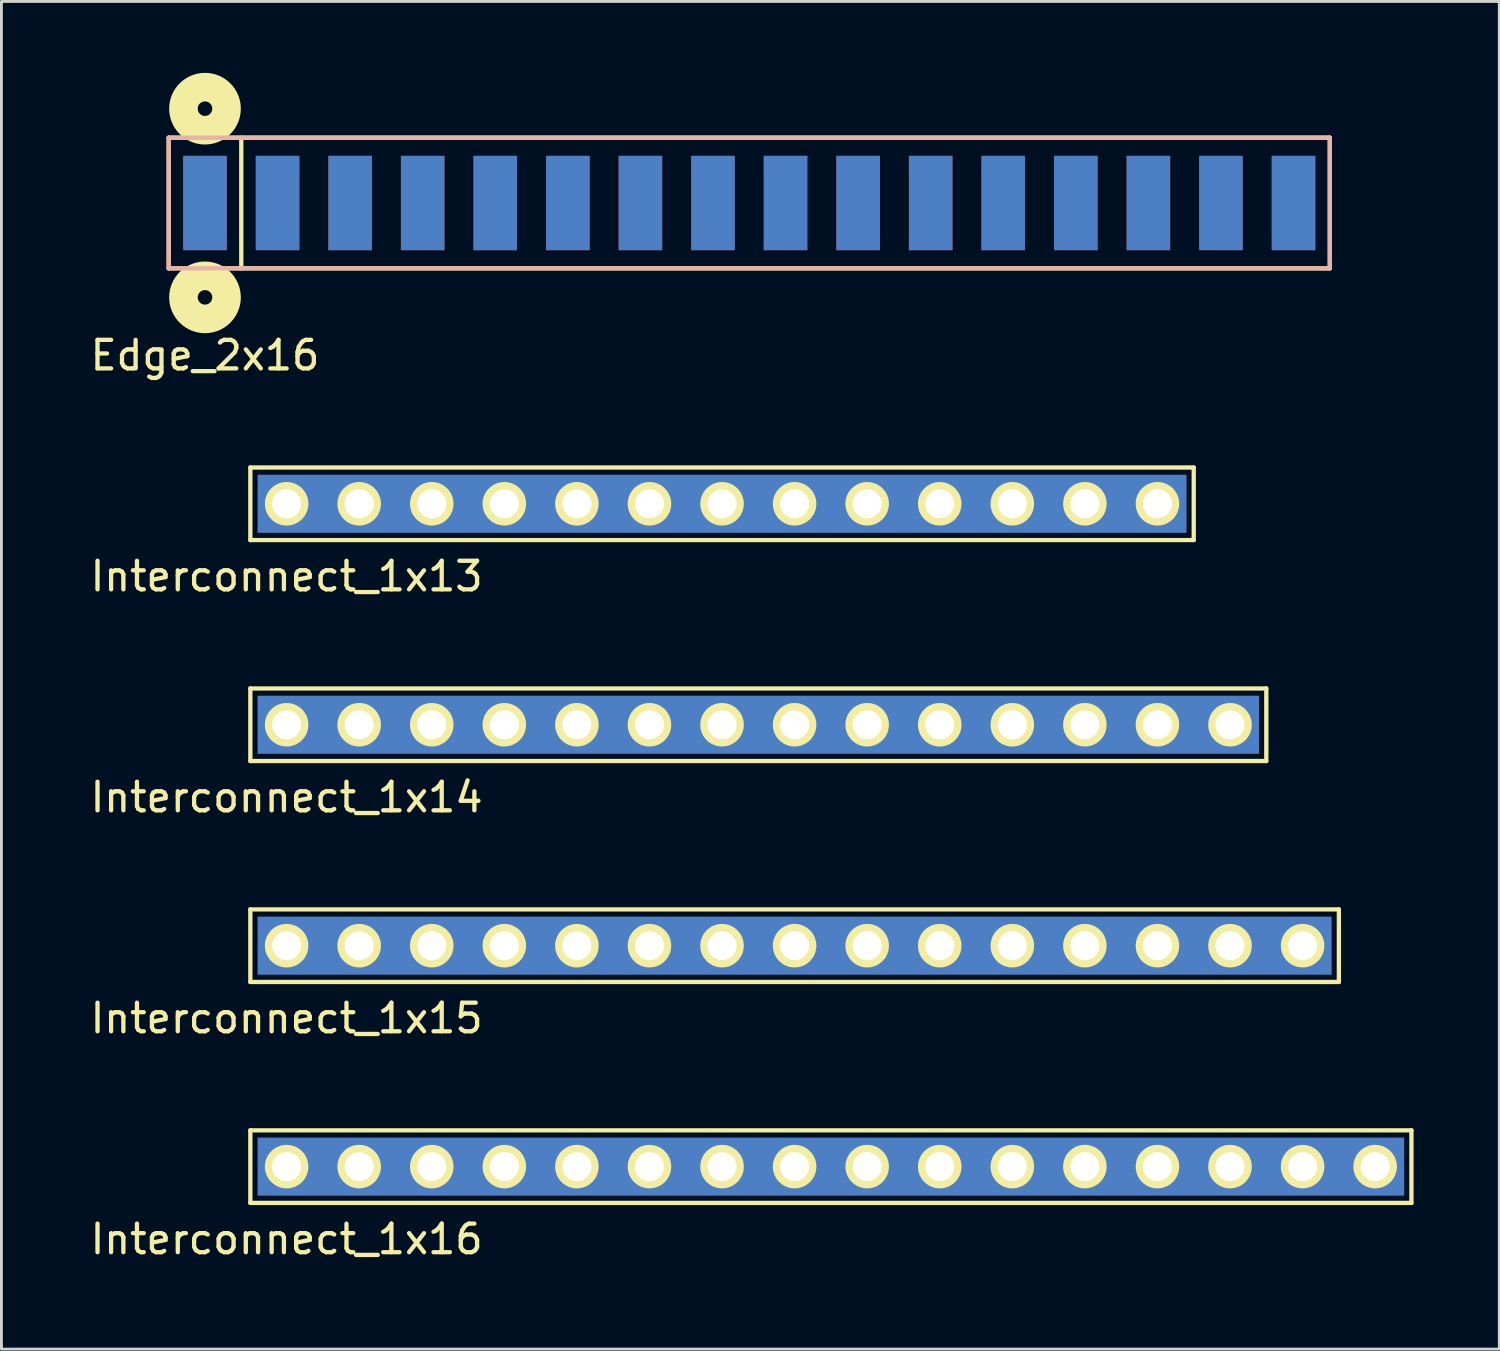
<source format=kicad_pcb>
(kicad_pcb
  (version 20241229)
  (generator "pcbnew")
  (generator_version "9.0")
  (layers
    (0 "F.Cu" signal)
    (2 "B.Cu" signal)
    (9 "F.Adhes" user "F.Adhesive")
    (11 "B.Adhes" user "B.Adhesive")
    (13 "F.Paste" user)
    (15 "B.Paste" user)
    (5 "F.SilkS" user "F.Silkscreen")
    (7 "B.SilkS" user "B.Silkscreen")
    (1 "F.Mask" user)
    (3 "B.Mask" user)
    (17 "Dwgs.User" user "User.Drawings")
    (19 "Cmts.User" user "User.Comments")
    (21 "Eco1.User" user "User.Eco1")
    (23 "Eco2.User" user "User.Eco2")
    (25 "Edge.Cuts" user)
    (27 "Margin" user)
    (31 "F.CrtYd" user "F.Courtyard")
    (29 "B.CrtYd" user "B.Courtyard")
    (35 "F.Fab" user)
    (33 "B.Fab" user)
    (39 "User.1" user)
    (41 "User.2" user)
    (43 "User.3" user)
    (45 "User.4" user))
  (footprint "Interconnect_1x13"
    (layer "F.Cu")
    (at 6.982 14.583)
    (property "Reference" "Interconnect_1x13" (at 0 2.54 0) (layer "F.SilkS") (effects (font (size 1 1) (thickness 0.15))))
    (attr through_hole)
    (fp_line (start -1.27 -1.27) (end -1.27 1.27) (stroke (width 0.15) (type solid)) (layer "F.SilkS"))
    (fp_line (start -1.27 1.27) (end 31.75 1.27) (stroke (width 0.15) (type solid)) (layer "F.SilkS"))
    (fp_line (start 31.75 -1.27) (end -1.27 -1.27) (stroke (width 0.15) (type solid)) (layer "F.SilkS"))
    (fp_line (start 31.75 1.27) (end 31.75 -1.27) (stroke (width 0.15) (type solid)) (layer "F.SilkS"))
    (pad "1" thru_hole circle (at 0 0) (size 1.524 1.524) (drill 1.016) (layers "*.Cu" "*.Mask" "F.SilkS"))
    (pad "1" thru_hole circle (at 2.54 0) (size 1.524 1.524) (drill 1.016) (layers "*.Cu" "*.Mask" "F.SilkS"))
    (pad "1" thru_hole circle (at 5.08 0) (size 1.524 1.524) (drill 1.016) (layers "*.Cu" "*.Mask" "F.SilkS"))
    (pad "1" thru_hole circle (at 7.62 0) (size 1.524 1.524) (drill 1.016) (layers "*.Cu" "*.Mask" "F.SilkS"))
    (pad "1" thru_hole circle (at 10.16 0) (size 1.524 1.524) (drill 1.016) (layers "*.Cu" "*.Mask" "F.SilkS"))
    (pad "1" thru_hole circle (at 12.7 0) (size 1.524 1.524) (drill 1.016) (layers "*.Cu" "*.Mask" "F.SilkS"))
    (pad "1" thru_hole circle (at 15.24 0) (size 1.524 1.524) (drill 1.016) (layers "*.Cu" "*.Mask" "F.SilkS"))
    (pad "1" smd rect (at 15.24 0) (size 32.512 2.032) (layers "B.Cu" "B.Mask"))
    (pad "1" thru_hole circle (at 17.78 0) (size 1.524 1.524) (drill 1.016) (layers "*.Cu" "*.Mask" "F.SilkS"))
    (pad "1" thru_hole circle (at 20.32 0) (size 1.524 1.524) (drill 1.016) (layers "*.Cu" "*.Mask" "F.SilkS"))
    (pad "1" thru_hole circle (at 22.86 0) (size 1.524 1.524) (drill 1.016) (layers "*.Cu" "*.Mask" "F.SilkS"))
    (pad "1" thru_hole circle (at 25.4 0) (size 1.524 1.524) (drill 1.016) (layers "*.Cu" "*.Mask" "F.SilkS"))
    (pad "1" thru_hole circle (at 27.94 0) (size 1.524 1.524) (drill 1.016) (layers "*.Cu" "*.Mask" "F.SilkS"))
    (pad "1" thru_hole circle (at 30.48 0) (size 1.524 1.524) (drill 1.016) (layers "*.Cu" "*.Mask" "F.SilkS")))
  (footprint "Edge_2x16"
    (layer "F.Cu")
    (at 4.125 4.056)
    (property "Reference" "Edge_2x16" (at 0 5.334 0) (layer "F.SilkS") (effects (font (size 1 1) (thickness 0.15))))
    (attr through_hole)
    (fp_line (start -1.27 -2.286) (end -1.27 2.286) (stroke (width 0.15) (type solid)) (layer "F.SilkS"))
    (fp_line (start -1.27 2.286) (end 39.37 2.286) (stroke (width 0.15) (type solid)) (layer "F.SilkS"))
    (fp_line (start 1.27 2.286) (end 1.27 -2.286) (stroke (width 0.15) (type solid)) (layer "F.SilkS"))
    (fp_line (start 39.37 -2.286) (end -1.27 -2.286) (stroke (width 0.15) (type solid)) (layer "F.SilkS"))
    (fp_line (start 39.37 2.286) (end 39.37 -2.286) (stroke (width 0.15) (type solid)) (layer "F.SilkS"))
    (fp_circle (center 0 -3.302) (end 0.254 -3.302) (stroke (width 1) (type solid)) (fill no) (layer "F.SilkS"))
    (fp_circle (center 0 3.302) (end 0.254 3.302) (stroke (width 1) (type solid)) (fill no) (layer "F.SilkS"))
    (fp_line (start -1.27 -2.286) (end -1.27 2.286) (stroke (width 0.15) (type solid)) (layer "B.SilkS"))
    (fp_line (start -1.27 2.286) (end 39.37 2.286) (stroke (width 0.15) (type solid)) (layer "B.SilkS"))
    (fp_line (start 39.37 -2.286) (end -1.27 -2.286) (stroke (width 0.15) (type solid)) (layer "B.SilkS"))
    (fp_line (start 39.37 2.286) (end 39.37 -2.286) (stroke (width 0.15) (type solid)) (layer "B.SilkS"))
    (pad "1" smd rect (at 0 0) (size 1.524 3.302) (layers "F.Cu" "F.Mask" "F.Paste"))
    (pad "2" smd rect (at 0 0) (size 1.524 3.302) (layers "B.Cu" "B.Mask" "B.Paste"))
    (pad "3" smd rect (at 2.54 0) (size 1.524 3.302) (layers "F.Cu" "F.Mask" "F.Paste"))
    (pad "4" smd rect (at 2.54 0) (size 1.524 3.302) (layers "B.Cu" "B.Mask" "B.Paste"))
    (pad "5" smd rect (at 5.08 0) (size 1.524 3.302) (layers "F.Cu" "F.Mask" "F.Paste"))
    (pad "6" smd rect (at 5.08 0) (size 1.524 3.302) (layers "B.Cu" "B.Mask" "B.Paste"))
    (pad "7" smd rect (at 7.62 0) (size 1.524 3.302) (layers "F.Cu" "F.Mask" "F.Paste"))
    (pad "8" smd rect (at 7.62 0) (size 1.524 3.302) (layers "B.Cu" "B.Mask" "B.Paste"))
    (pad "9" smd rect (at 10.16 0) (size 1.524 3.302) (layers "F.Cu" "F.Mask" "F.Paste"))
    (pad "10" smd rect (at 10.16 0) (size 1.524 3.302) (layers "B.Cu" "B.Mask" "B.Paste"))
    (pad "11" smd rect (at 12.7 0) (size 1.524 3.302) (layers "F.Cu" "F.Mask" "F.Paste"))
    (pad "12" smd rect (at 12.7 0) (size 1.524 3.302) (layers "B.Cu" "B.Mask" "B.Paste"))
    (pad "13" smd rect (at 15.24 0) (size 1.524 3.302) (layers "F.Cu" "F.Mask" "F.Paste"))
    (pad "14" smd rect (at 15.24 0) (size 1.524 3.302) (layers "B.Cu" "B.Mask" "B.Paste"))
    (pad "15" smd rect (at 17.78 0) (size 1.524 3.302) (layers "F.Cu" "F.Mask" "F.Paste"))
    (pad "16" smd rect (at 17.78 0) (size 1.524 3.302) (layers "B.Cu" "B.Mask" "B.Paste"))
    (pad "17" smd rect (at 20.32 0) (size 1.524 3.302) (layers "F.Cu" "F.Mask" "F.Paste"))
    (pad "18" smd rect (at 20.32 0) (size 1.524 3.302) (layers "B.Cu" "B.Mask" "B.Paste"))
    (pad "19" smd rect (at 22.86 0) (size 1.524 3.302) (layers "F.Cu" "F.Mask" "F.Paste"))
    (pad "20" smd rect (at 22.86 0) (size 1.524 3.302) (layers "B.Cu" "B.Mask" "B.Paste"))
    (pad "21" smd rect (at 25.4 0) (size 1.524 3.302) (layers "F.Cu" "F.Mask" "F.Paste"))
    (pad "22" smd rect (at 25.4 0) (size 1.524 3.302) (layers "B.Cu" "B.Mask" "B.Paste"))
    (pad "23" smd rect (at 27.94 0) (size 1.524 3.302) (layers "F.Cu" "F.Mask" "F.Paste"))
    (pad "24" smd rect (at 27.94 0) (size 1.524 3.302) (layers "B.Cu" "B.Mask" "B.Paste"))
    (pad "25" smd rect (at 30.48 0) (size 1.524 3.302) (layers "F.Cu" "F.Mask" "F.Paste"))
    (pad "26" smd rect (at 30.48 0) (size 1.524 3.302) (layers "B.Cu" "B.Mask" "B.Paste"))
    (pad "27" smd rect (at 33.02 0) (size 1.524 3.302) (layers "F.Cu" "F.Mask" "F.Paste"))
    (pad "28" smd rect (at 33.02 0) (size 1.524 3.302) (layers "B.Cu" "B.Mask" "B.Paste"))
    (pad "29" smd rect (at 35.56 0) (size 1.524 3.302) (layers "F.Cu" "F.Mask" "F.Paste"))
    (pad "30" smd rect (at 35.56 0) (size 1.524 3.302) (layers "B.Cu" "B.Mask" "B.Paste"))
    (pad "31" smd rect (at 38.1 0) (size 1.524 3.302) (layers "F.Cu" "F.Mask" "F.Paste"))
    (pad "32" smd rect (at 38.1 0) (size 1.524 3.302) (layers "B.Cu" "B.Mask" "B.Paste")))
  (footprint "Interconnect_1x16"
    (layer "F.Cu")
    (at 6.982 37.783)
    (property "Reference" "Interconnect_1x16" (at 0 2.54 0) (layer "F.SilkS") (effects (font (size 1 1) (thickness 0.15))))
    (attr through_hole)
    (fp_line (start -1.27 -1.27) (end -1.27 1.27) (stroke (width 0.15) (type solid)) (layer "F.SilkS"))
    (fp_line (start -1.27 1.27) (end 39.37 1.27) (stroke (width 0.15) (type solid)) (layer "F.SilkS"))
    (fp_line (start 39.37 -1.27) (end -1.27 -1.27) (stroke (width 0.15) (type solid)) (layer "F.SilkS"))
    (fp_line (start 39.37 1.27) (end 39.37 -1.27) (stroke (width 0.15) (type solid)) (layer "F.SilkS"))
    (pad "1" thru_hole circle (at 0 0) (size 1.524 1.524) (drill 1.016) (layers "*.Cu" "*.Mask" "F.SilkS"))
    (pad "1" thru_hole circle (at 2.54 0) (size 1.524 1.524) (drill 1.016) (layers "*.Cu" "*.Mask" "F.SilkS"))
    (pad "1" thru_hole circle (at 5.08 0) (size 1.524 1.524) (drill 1.016) (layers "*.Cu" "*.Mask" "F.SilkS"))
    (pad "1" thru_hole circle (at 7.62 0) (size 1.524 1.524) (drill 1.016) (layers "*.Cu" "*.Mask" "F.SilkS"))
    (pad "1" thru_hole circle (at 10.16 0) (size 1.524 1.524) (drill 1.016) (layers "*.Cu" "*.Mask" "F.SilkS"))
    (pad "1" thru_hole circle (at 12.7 0) (size 1.524 1.524) (drill 1.016) (layers "*.Cu" "*.Mask" "F.SilkS"))
    (pad "1" thru_hole circle (at 15.24 0) (size 1.524 1.524) (drill 1.016) (layers "*.Cu" "*.Mask" "F.SilkS"))
    (pad "1" thru_hole circle (at 17.78 0) (size 1.524 1.524) (drill 1.016) (layers "*.Cu" "*.Mask" "F.SilkS"))
    (pad "1" smd rect (at 19.05 0) (size 40.132 2.032) (layers "B.Cu" "B.Mask"))
    (pad "1" thru_hole circle (at 20.32 0) (size 1.524 1.524) (drill 1.016) (layers "*.Cu" "*.Mask" "F.SilkS"))
    (pad "1" thru_hole circle (at 22.86 0) (size 1.524 1.524) (drill 1.016) (layers "*.Cu" "*.Mask" "F.SilkS"))
    (pad "1" thru_hole circle (at 25.4 0) (size 1.524 1.524) (drill 1.016) (layers "*.Cu" "*.Mask" "F.SilkS"))
    (pad "1" thru_hole circle (at 27.94 0) (size 1.524 1.524) (drill 1.016) (layers "*.Cu" "*.Mask" "F.SilkS"))
    (pad "1" thru_hole circle (at 30.48 0) (size 1.524 1.524) (drill 1.016) (layers "*.Cu" "*.Mask" "F.SilkS"))
    (pad "1" thru_hole circle (at 33.02 0) (size 1.524 1.524) (drill 1.016) (layers "*.Cu" "*.Mask" "F.SilkS"))
    (pad "1" thru_hole circle (at 35.56 0) (size 1.524 1.524) (drill 1.016) (layers "*.Cu" "*.Mask" "F.SilkS"))
    (pad "1" thru_hole circle (at 38.1 0) (size 1.524 1.524) (drill 1.016) (layers "*.Cu" "*.Mask" "F.SilkS")))
  (footprint "Interconnect_1x14"
    (layer "F.Cu")
    (at 6.982 22.317)
    (property "Reference" "Interconnect_1x14" (at 0 2.54 0) (layer "F.SilkS") (effects (font (size 1 1) (thickness 0.15))))
    (attr through_hole)
    (fp_line (start -1.27 -1.27) (end -1.27 1.27) (stroke (width 0.15) (type solid)) (layer "F.SilkS"))
    (fp_line (start -1.27 1.27) (end 34.29 1.27) (stroke (width 0.15) (type solid)) (layer "F.SilkS"))
    (fp_line (start 34.29 -1.27) (end -1.27 -1.27) (stroke (width 0.15) (type solid)) (layer "F.SilkS"))
    (fp_line (start 34.29 1.27) (end 34.29 -1.27) (stroke (width 0.15) (type solid)) (layer "F.SilkS"))
    (pad "1" thru_hole circle (at 0 0) (size 1.524 1.524) (drill 1.016) (layers "*.Cu" "*.Mask" "F.SilkS"))
    (pad "1" thru_hole circle (at 2.54 0) (size 1.524 1.524) (drill 1.016) (layers "*.Cu" "*.Mask" "F.SilkS"))
    (pad "1" thru_hole circle (at 5.08 0) (size 1.524 1.524) (drill 1.016) (layers "*.Cu" "*.Mask" "F.SilkS"))
    (pad "1" thru_hole circle (at 7.62 0) (size 1.524 1.524) (drill 1.016) (layers "*.Cu" "*.Mask" "F.SilkS"))
    (pad "1" thru_hole circle (at 10.16 0) (size 1.524 1.524) (drill 1.016) (layers "*.Cu" "*.Mask" "F.SilkS"))
    (pad "1" thru_hole circle (at 12.7 0) (size 1.524 1.524) (drill 1.016) (layers "*.Cu" "*.Mask" "F.SilkS"))
    (pad "1" thru_hole circle (at 15.24 0) (size 1.524 1.524) (drill 1.016) (layers "*.Cu" "*.Mask" "F.SilkS"))
    (pad "1" smd rect (at 16.51 0) (size 35.052 2.032) (layers "B.Cu" "B.Mask"))
    (pad "1" thru_hole circle (at 17.78 0) (size 1.524 1.524) (drill 1.016) (layers "*.Cu" "*.Mask" "F.SilkS"))
    (pad "1" thru_hole circle (at 20.32 0) (size 1.524 1.524) (drill 1.016) (layers "*.Cu" "*.Mask" "F.SilkS"))
    (pad "1" thru_hole circle (at 22.86 0) (size 1.524 1.524) (drill 1.016) (layers "*.Cu" "*.Mask" "F.SilkS"))
    (pad "1" thru_hole circle (at 25.4 0) (size 1.524 1.524) (drill 1.016) (layers "*.Cu" "*.Mask" "F.SilkS"))
    (pad "1" thru_hole circle (at 27.94 0) (size 1.524 1.524) (drill 1.016) (layers "*.Cu" "*.Mask" "F.SilkS"))
    (pad "1" thru_hole circle (at 30.48 0) (size 1.524 1.524) (drill 1.016) (layers "*.Cu" "*.Mask" "F.SilkS"))
    (pad "1" thru_hole circle (at 33.02 0) (size 1.524 1.524) (drill 1.016) (layers "*.Cu" "*.Mask" "F.SilkS")))
  (footprint "Interconnect_1x15"
    (layer "F.Cu")
    (at 6.982 30.05)
    (property "Reference" "Interconnect_1x15" (at 0 2.54 0) (layer "F.SilkS") (effects (font (size 1 1) (thickness 0.15))))
    (attr through_hole)
    (fp_line (start -1.27 -1.27) (end -1.27 1.27) (stroke (width 0.15) (type solid)) (layer "F.SilkS"))
    (fp_line (start -1.27 1.27) (end 36.83 1.27) (stroke (width 0.15) (type solid)) (layer "F.SilkS"))
    (fp_line (start 36.83 -1.27) (end -1.27 -1.27) (stroke (width 0.15) (type solid)) (layer "F.SilkS"))
    (fp_line (start 36.83 1.27) (end 36.83 -1.27) (stroke (width 0.15) (type solid)) (layer "F.SilkS"))
    (pad "1" thru_hole circle (at 0 0) (size 1.524 1.524) (drill 1.016) (layers "*.Cu" "*.Mask" "F.SilkS"))
    (pad "1" thru_hole circle (at 2.54 0) (size 1.524 1.524) (drill 1.016) (layers "*.Cu" "*.Mask" "F.SilkS"))
    (pad "1" thru_hole circle (at 5.08 0) (size 1.524 1.524) (drill 1.016) (layers "*.Cu" "*.Mask" "F.SilkS"))
    (pad "1" thru_hole circle (at 7.62 0) (size 1.524 1.524) (drill 1.016) (layers "*.Cu" "*.Mask" "F.SilkS"))
    (pad "1" thru_hole circle (at 10.16 0) (size 1.524 1.524) (drill 1.016) (layers "*.Cu" "*.Mask" "F.SilkS"))
    (pad "1" thru_hole circle (at 12.7 0) (size 1.524 1.524) (drill 1.016) (layers "*.Cu" "*.Mask" "F.SilkS"))
    (pad "1" thru_hole circle (at 15.24 0) (size 1.524 1.524) (drill 1.016) (layers "*.Cu" "*.Mask" "F.SilkS"))
    (pad "1" thru_hole circle (at 17.78 0) (size 1.524 1.524) (drill 1.016) (layers "*.Cu" "*.Mask" "F.SilkS"))
    (pad "1" smd rect (at 17.78 0) (size 37.592 2.032) (layers "B.Cu" "B.Mask"))
    (pad "1" thru_hole circle (at 20.32 0) (size 1.524 1.524) (drill 1.016) (layers "*.Cu" "*.Mask" "F.SilkS"))
    (pad "1" thru_hole circle (at 22.86 0) (size 1.524 1.524) (drill 1.016) (layers "*.Cu" "*.Mask" "F.SilkS"))
    (pad "1" thru_hole circle (at 25.4 0) (size 1.524 1.524) (drill 1.016) (layers "*.Cu" "*.Mask" "F.SilkS"))
    (pad "1" thru_hole circle (at 27.94 0) (size 1.524 1.524) (drill 1.016) (layers "*.Cu" "*.Mask" "F.SilkS"))
    (pad "1" thru_hole circle (at 30.48 0) (size 1.524 1.524) (drill 1.016) (layers "*.Cu" "*.Mask" "F.SilkS"))
    (pad "1" thru_hole circle (at 33.02 0) (size 1.524 1.524) (drill 1.016) (layers "*.Cu" "*.Mask" "F.SilkS"))
    (pad "1" thru_hole circle (at 35.56 0) (size 1.524 1.524) (drill 1.016) (layers "*.Cu" "*.Mask" "F.SilkS")))
  (gr_rect
    (start -3 -3)
    (end 49.427 44.171)
    (stroke (width 0.1) (type default))
    (fill no)
    (layer "Edge.Cuts")))
</source>
